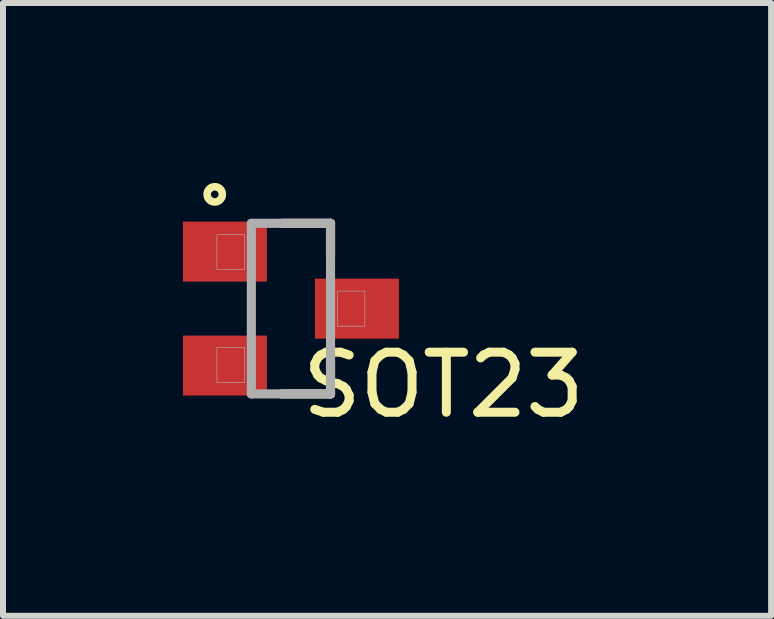
<source format=kicad_pcb>
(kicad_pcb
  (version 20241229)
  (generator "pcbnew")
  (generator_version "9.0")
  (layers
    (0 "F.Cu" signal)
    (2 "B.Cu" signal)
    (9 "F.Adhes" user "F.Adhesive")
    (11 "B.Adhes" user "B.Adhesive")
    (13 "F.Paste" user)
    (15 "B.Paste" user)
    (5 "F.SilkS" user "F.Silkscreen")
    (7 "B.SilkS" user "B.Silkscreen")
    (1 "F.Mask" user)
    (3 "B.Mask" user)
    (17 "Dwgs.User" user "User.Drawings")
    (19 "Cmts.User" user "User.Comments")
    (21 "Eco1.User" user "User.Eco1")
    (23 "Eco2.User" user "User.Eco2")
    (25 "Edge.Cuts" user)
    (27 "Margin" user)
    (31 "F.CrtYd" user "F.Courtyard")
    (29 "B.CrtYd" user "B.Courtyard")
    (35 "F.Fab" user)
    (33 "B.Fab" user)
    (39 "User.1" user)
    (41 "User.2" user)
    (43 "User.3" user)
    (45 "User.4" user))
  (footprint "SOT23"
    (layer "F.Cu")
    (at 1.8 2.095)
    (property "Reference" "SOT23" (at 2.543 1.272 180) (layer "F.SilkS") (effects (font (size 1.001 1.001) (thickness 0.15))))
    (attr smd)
    (fp_line (start -0.152 -1.422) (end 0.66 -1.422) (stroke (width 0.152) (type solid)) (layer "F.SilkS"))
    (fp_line (start 0.66 -1.422) (end 0.66 -0.864) (stroke (width 0.152) (type solid)) (layer "F.SilkS"))
    (fp_line (start 0.66 0.864) (end 0.66 1.422) (stroke (width 0.152) (type solid)) (layer "F.SilkS"))
    (fp_line (start 0.66 1.422) (end -0.152 1.422) (stroke (width 0.152) (type solid)) (layer "F.SilkS"))
    (fp_circle (center -1.27 -1.905) (end -1.143 -1.905) (stroke (width 0.127) (type solid)) (fill no) (layer "F.SilkS"))
    (fp_line (start -0.66 -1.422) (end 0.66 -1.422) (stroke (width 0.152) (type solid)) (layer "F.Fab"))
    (fp_line (start -0.66 1.422) (end -0.66 -1.422) (stroke (width 0.152) (type solid)) (layer "F.Fab"))
    (fp_line (start 0.66 -1.422) (end 0.66 1.422) (stroke (width 0.152) (type solid)) (layer "F.Fab"))
    (fp_line (start 0.66 1.422) (end -0.66 1.422) (stroke (width 0.152) (type solid)) (layer "F.Fab"))
    (fp_poly (pts (xy -1.234 0.648) (xy -0.775 0.648) (xy -0.775 1.234) (xy -1.234 1.234)) (stroke (width 0.01) (type solid)) (fill no) (layer "F.Fab"))
    (fp_poly (pts (xy -1.234 -1.232) (xy -0.775 -1.232) (xy -0.775 -0.649) (xy -1.234 -0.649)) (stroke (width 0.01) (type solid)) (fill no) (layer "F.Fab"))
    (fp_poly (pts (xy 0.777 -0.292) (xy 1.232 -0.292) (xy 1.232 0.293) (xy 0.777 0.293)) (stroke (width 0.01) (type solid)) (fill no) (layer "F.Fab"))
    (pad "1" smd rect (at -1.1 -0.95) (size 1.4 1) (layers "F.Cu" "F.Mask" "F.Paste"))
    (pad "2" smd rect (at -1.1 0.95) (size 1.4 1) (layers "F.Cu" "F.Mask" "F.Paste"))
    (pad "3" smd rect (at 1.1 0) (size 1.4 1) (layers "F.Cu" "F.Mask" "F.Paste")))
  (gr_rect
    (start -3 -3)
    (end 9.805 7.216)
    (stroke (width 0.1) (type default))
    (fill no)
    (layer "Edge.Cuts")))
</source>
